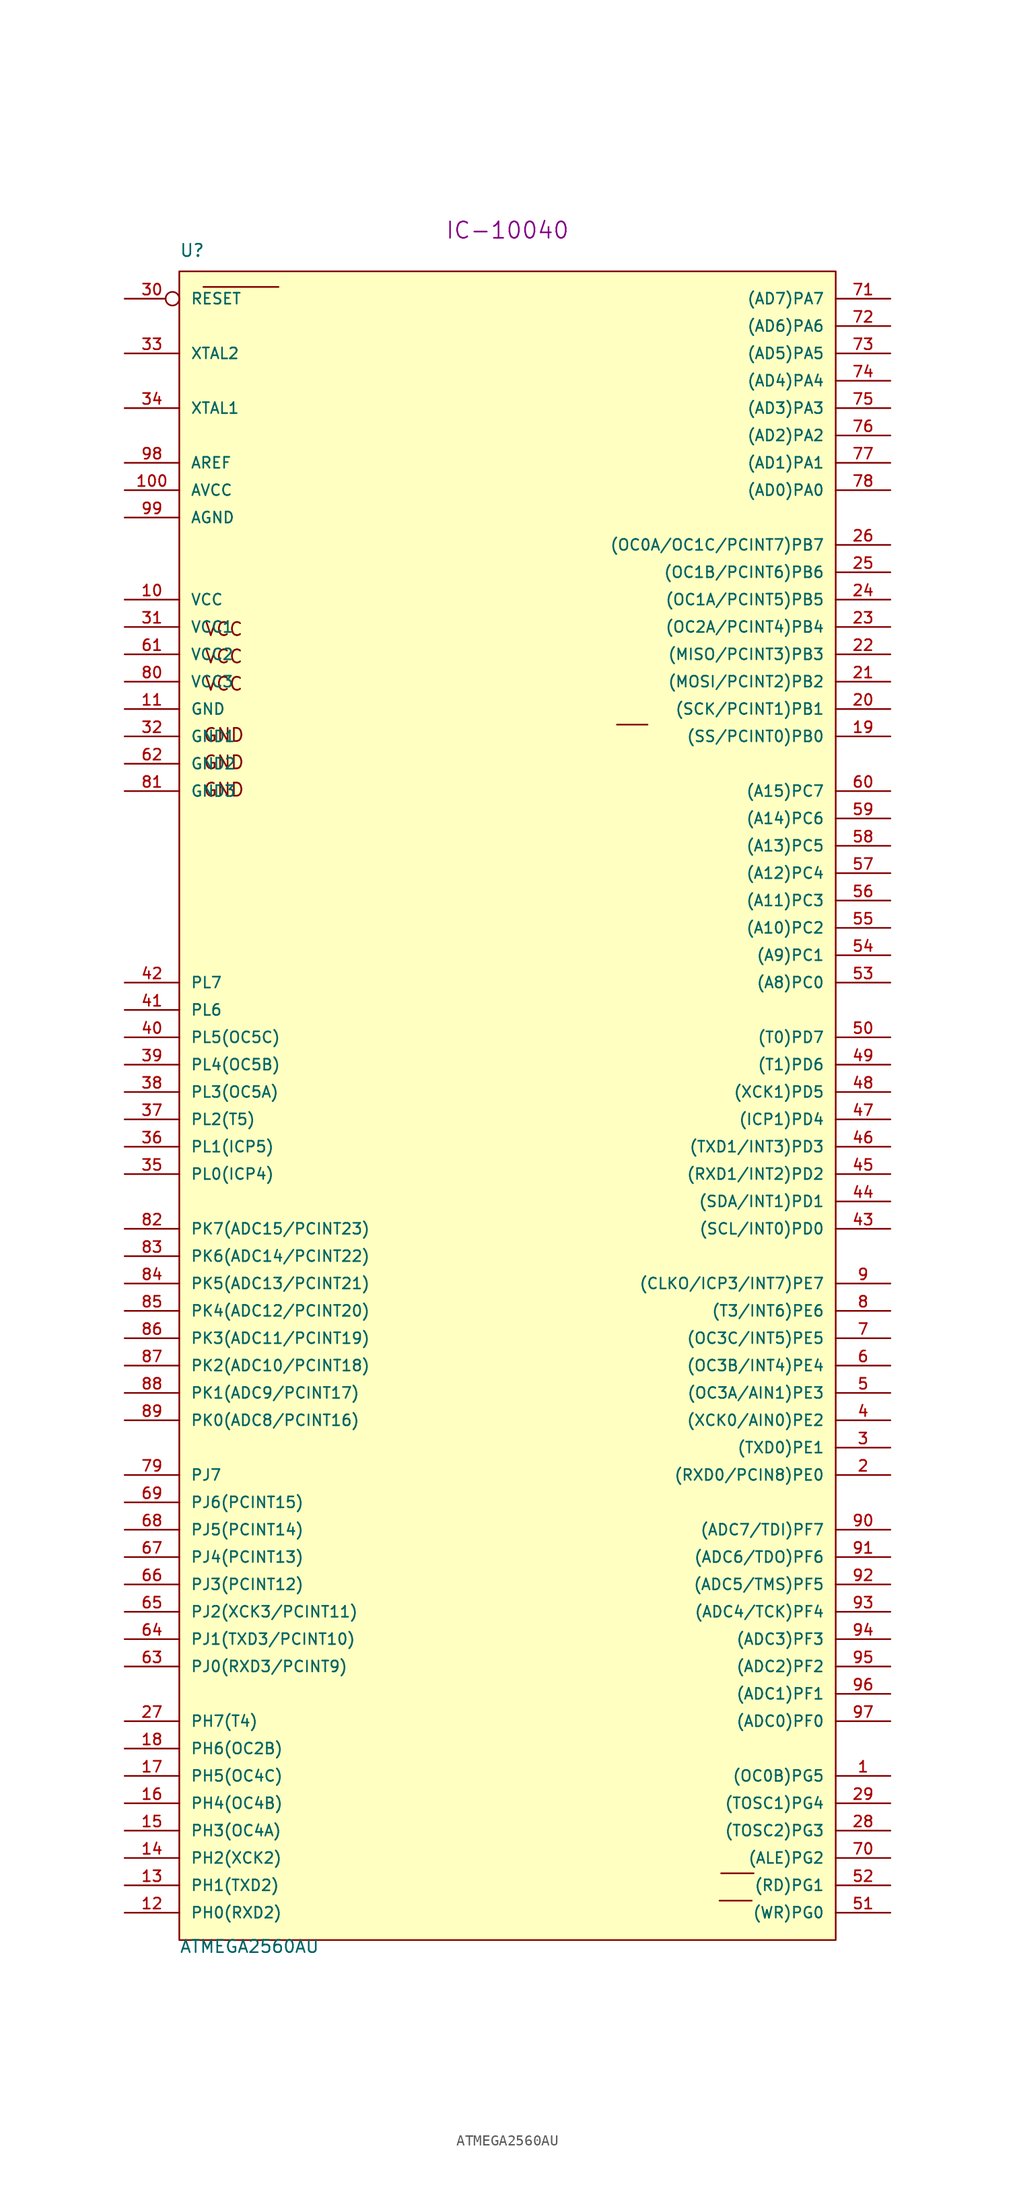
<source format=kicad_sym>
(kicad_symbol_lib
  (version 20220914)
  (generator kicad_symbol_editor)
  (symbol "ATMEGA2560AU"
    (pin_names
      (offset 1.016))
    (property "Reference" "U"
      (at -30.48 78.74 0)
      (effects (font (size 1.143 1.143)) (justify left bottom)))
    (property "Value" "ATMEGA2560AU"
      (at -30.48 -78.74 0)
      (effects (font (size 1.143 1.143)) (justify left bottom)))
    (property "Field4" "IC-10040"
      (at 0 81.28 0)
      (effects (font (size 1.524 1.524))))
    (property "ki_locked" ""
      (at 0 0 0)
      (effects (font (size 1.27 1.27))))
    (symbol "ATMEGA2560AU_1_0"
      (polyline (pts (xy -28.245 76.022) (xy -21.26 76.022)) (stroke (width 0) (type solid)) (fill (type none)))
      (polyline (pts (xy 10.16 35.382) (xy 13.005 35.382)) (stroke (width 0) (type solid)) (fill (type none)))
      (polyline (pts (xy 19.685 -73.812) (xy 22.682 -73.812)) (stroke (width 0) (type solid)) (fill (type none)))
      (polyline (pts (xy 19.837 -71.272) (xy 22.86 -71.272)) (stroke (width 0) (type solid)) (fill (type none)))
      (text "GND" (at -26.34 29.337 0) (effects (font (size 1.219 1.219))))
      (text "GND" (at -26.34 31.877 0) (effects (font (size 1.219 1.219))))
      (text "GND" (at -26.34 34.417 0) (effects (font (size 1.219 1.219))))
      (text "VCC" (at -26.34 39.167 0) (effects (font (size 1.219 1.219))))
      (text "VCC" (at -26.34 41.707 0) (effects (font (size 1.219 1.219))))
      (text "VCC" (at -26.34 44.247 0) (effects (font (size 1.219 1.219)))))
    (symbol "ATMEGA2560AU_1_1"
      (polyline (pts (xy -30.48 77.47) (xy 30.48 77.47) (xy 30.48 -77.47) (xy -30.48 -77.47) (xy -30.48 77.47)) (stroke (width 0) (type solid)) (fill (type background)))
      (pin bidirectional line (at 35.56 -62.23 180) (length 5.08) (name "(OC0B)PG5" (effects (font (size 1.016 1.016)))) (number "1" (effects (font (size 1.016 1.016)))))
      (pin power_in line (at -35.56 46.99 0) (length 5.08) (name "VCC" (effects (font (size 1.016 1.016)))) (number "10" (effects (font (size 1.016 1.016)))))
      (pin power_in line (at -35.56 57.15 0) (length 5.08) (name "AVCC" (effects (font (size 1.016 1.016)))) (number "100" (effects (font (size 1.016 1.016)))))
      (pin power_in line (at -35.56 36.83 0) (length 5.08) (name "GND" (effects (font (size 1.016 1.016)))) (number "11" (effects (font (size 1.016 1.016)))))
      (pin bidirectional line (at -35.56 -74.93 0) (length 5.08) (name "PH0(RXD2)" (effects (font (size 1.016 1.016)))) (number "12" (effects (font (size 1.016 1.016)))))
      (pin bidirectional line (at -35.56 -72.39 0) (length 5.08) (name "PH1(TXD2)" (effects (font (size 1.016 1.016)))) (number "13" (effects (font (size 1.016 1.016)))))
      (pin bidirectional line (at -35.56 -69.85 0) (length 5.08) (name "PH2(XCK2)" (effects (font (size 1.016 1.016)))) (number "14" (effects (font (size 1.016 1.016)))))
      (pin bidirectional line (at -35.56 -67.31 0) (length 5.08) (name "PH3(OC4A)" (effects (font (size 1.016 1.016)))) (number "15" (effects (font (size 1.016 1.016)))))
      (pin bidirectional line (at -35.56 -64.77 0) (length 5.08) (name "PH4(OC4B)" (effects (font (size 1.016 1.016)))) (number "16" (effects (font (size 1.016 1.016)))))
      (pin bidirectional line (at -35.56 -62.23 0) (length 5.08) (name "PH5(OC4C)" (effects (font (size 1.016 1.016)))) (number "17" (effects (font (size 1.016 1.016)))))
      (pin bidirectional line (at -35.56 -59.69 0) (length 5.08) (name "PH6(OC2B)" (effects (font (size 1.016 1.016)))) (number "18" (effects (font (size 1.016 1.016)))))
      (pin bidirectional line (at 35.56 34.29 180) (length 5.08) (name "(SS/PCINT0)PB0" (effects (font (size 1.016 1.016)))) (number "19" (effects (font (size 1.016 1.016)))))
      (pin bidirectional line (at 35.56 -34.29 180) (length 5.08) (name "(RXD0/PCIN8)PE0" (effects (font (size 1.016 1.016)))) (number "2" (effects (font (size 1.016 1.016)))))
      (pin bidirectional line (at 35.56 36.83 180) (length 5.08) (name "(SCK/PCINT1)PB1" (effects (font (size 1.016 1.016)))) (number "20" (effects (font (size 1.016 1.016)))))
      (pin bidirectional line (at 35.56 39.37 180) (length 5.08) (name "(MOSI/PCINT2)PB2" (effects (font (size 1.016 1.016)))) (number "21" (effects (font (size 1.016 1.016)))))
      (pin bidirectional line (at 35.56 41.91 180) (length 5.08) (name "(MISO/PCINT3)PB3" (effects (font (size 1.016 1.016)))) (number "22" (effects (font (size 1.016 1.016)))))
      (pin bidirectional line (at 35.56 44.45 180) (length 5.08) (name "(OC2A/PCINT4)PB4" (effects (font (size 1.016 1.016)))) (number "23" (effects (font (size 1.016 1.016)))))
      (pin bidirectional line (at 35.56 46.99 180) (length 5.08) (name "(OC1A/PCINT5)PB5" (effects (font (size 1.016 1.016)))) (number "24" (effects (font (size 1.016 1.016)))))
      (pin bidirectional line (at 35.56 49.53 180) (length 5.08) (name "(OC1B/PCINT6)PB6" (effects (font (size 1.016 1.016)))) (number "25" (effects (font (size 1.016 1.016)))))
      (pin bidirectional line (at 35.56 52.07 180) (length 5.08) (name "(OC0A/OC1C/PCINT7)PB7" (effects (font (size 1.016 1.016)))) (number "26" (effects (font (size 1.016 1.016)))))
      (pin bidirectional line (at -35.56 -57.15 0) (length 5.08) (name "PH7(T4)" (effects (font (size 1.016 1.016)))) (number "27" (effects (font (size 1.016 1.016)))))
      (pin bidirectional line (at 35.56 -67.31 180) (length 5.08) (name "(TOSC2)PG3" (effects (font (size 1.016 1.016)))) (number "28" (effects (font (size 1.016 1.016)))))
      (pin bidirectional line (at 35.56 -64.77 180) (length 5.08) (name "(TOSC1)PG4" (effects (font (size 1.016 1.016)))) (number "29" (effects (font (size 1.016 1.016)))))
      (pin bidirectional line (at 35.56 -31.75 180) (length 5.08) (name "(TXD0)PE1" (effects (font (size 1.016 1.016)))) (number "3" (effects (font (size 1.016 1.016)))))
      (pin input inverted (at -35.56 74.93 0) (length 5.08) (name "RESET" (effects (font (size 1.016 1.016)))) (number "30" (effects (font (size 1.016 1.016)))))
      (pin power_in line (at -35.56 44.45 0) (length 5.08) (name "VCC1" (effects (font (size 1.016 1.016)))) (number "31" (effects (font (size 1.016 1.016)))))
      (pin power_in line (at -35.56 34.29 0) (length 5.08) (name "GND1" (effects (font (size 1.016 1.016)))) (number "32" (effects (font (size 1.016 1.016)))))
      (pin output line (at -35.56 69.85 0) (length 5.08) (name "XTAL2" (effects (font (size 1.016 1.016)))) (number "33" (effects (font (size 1.016 1.016)))))
      (pin input line (at -35.56 64.77 0) (length 5.08) (name "XTAL1" (effects (font (size 1.016 1.016)))) (number "34" (effects (font (size 1.016 1.016)))))
      (pin bidirectional line (at -35.56 -6.35 0) (length 5.08) (name "PL0(ICP4)" (effects (font (size 1.016 1.016)))) (number "35" (effects (font (size 1.016 1.016)))))
      (pin bidirectional line (at -35.56 -3.81 0) (length 5.08) (name "PL1(ICP5)" (effects (font (size 1.016 1.016)))) (number "36" (effects (font (size 1.016 1.016)))))
      (pin bidirectional line (at -35.56 -1.27 0) (length 5.08) (name "PL2(T5)" (effects (font (size 1.016 1.016)))) (number "37" (effects (font (size 1.016 1.016)))))
      (pin bidirectional line (at -35.56 1.27 0) (length 5.08) (name "PL3(OC5A)" (effects (font (size 1.016 1.016)))) (number "38" (effects (font (size 1.016 1.016)))))
      (pin bidirectional line (at -35.56 3.81 0) (length 5.08) (name "PL4(OC5B)" (effects (font (size 1.016 1.016)))) (number "39" (effects (font (size 1.016 1.016)))))
      (pin bidirectional line (at 35.56 -29.21 180) (length 5.08) (name "(XCK0/AIN0)PE2" (effects (font (size 1.016 1.016)))) (number "4" (effects (font (size 1.016 1.016)))))
      (pin bidirectional line (at -35.56 6.35 0) (length 5.08) (name "PL5(OC5C)" (effects (font (size 1.016 1.016)))) (number "40" (effects (font (size 1.016 1.016)))))
      (pin bidirectional line (at -35.56 8.89 0) (length 5.08) (name "PL6" (effects (font (size 1.016 1.016)))) (number "41" (effects (font (size 1.016 1.016)))))
      (pin bidirectional line (at -35.56 11.43 0) (length 5.08) (name "PL7" (effects (font (size 1.016 1.016)))) (number "42" (effects (font (size 1.016 1.016)))))
      (pin bidirectional line (at 35.56 -11.43 180) (length 5.08) (name "(SCL/INT0)PD0" (effects (font (size 1.016 1.016)))) (number "43" (effects (font (size 1.016 1.016)))))
      (pin bidirectional line (at 35.56 -8.89 180) (length 5.08) (name "(SDA/INT1)PD1" (effects (font (size 1.016 1.016)))) (number "44" (effects (font (size 1.016 1.016)))))
      (pin bidirectional line (at 35.56 -6.35 180) (length 5.08) (name "(RXD1/INT2)PD2" (effects (font (size 1.016 1.016)))) (number "45" (effects (font (size 1.016 1.016)))))
      (pin bidirectional line (at 35.56 -3.81 180) (length 5.08) (name "(TXD1/INT3)PD3" (effects (font (size 1.016 1.016)))) (number "46" (effects (font (size 1.016 1.016)))))
      (pin bidirectional line (at 35.56 -1.27 180) (length 5.08) (name "(ICP1)PD4" (effects (font (size 1.016 1.016)))) (number "47" (effects (font (size 1.016 1.016)))))
      (pin bidirectional line (at 35.56 1.27 180) (length 5.08) (name "(XCK1)PD5" (effects (font (size 1.016 1.016)))) (number "48" (effects (font (size 1.016 1.016)))))
      (pin bidirectional line (at 35.56 3.81 180) (length 5.08) (name "(T1)PD6" (effects (font (size 1.016 1.016)))) (number "49" (effects (font (size 1.016 1.016)))))
      (pin bidirectional line (at 35.56 -26.67 180) (length 5.08) (name "(OC3A/AIN1)PE3" (effects (font (size 1.016 1.016)))) (number "5" (effects (font (size 1.016 1.016)))))
      (pin bidirectional line (at 35.56 6.35 180) (length 5.08) (name "(T0)PD7" (effects (font (size 1.016 1.016)))) (number "50" (effects (font (size 1.016 1.016)))))
      (pin bidirectional line (at 35.56 -74.93 180) (length 5.08) (name "(WR)PG0" (effects (font (size 1.016 1.016)))) (number "51" (effects (font (size 1.016 1.016)))))
      (pin bidirectional line (at 35.56 -72.39 180) (length 5.08) (name "(RD)PG1" (effects (font (size 1.016 1.016)))) (number "52" (effects (font (size 1.016 1.016)))))
      (pin bidirectional line (at 35.56 11.43 180) (length 5.08) (name "(A8)PC0" (effects (font (size 1.016 1.016)))) (number "53" (effects (font (size 1.016 1.016)))))
      (pin bidirectional line (at 35.56 13.97 180) (length 5.08) (name "(A9)PC1" (effects (font (size 1.016 1.016)))) (number "54" (effects (font (size 1.016 1.016)))))
      (pin bidirectional line (at 35.56 16.51 180) (length 5.08) (name "(A10)PC2" (effects (font (size 1.016 1.016)))) (number "55" (effects (font (size 1.016 1.016)))))
      (pin bidirectional line (at 35.56 19.05 180) (length 5.08) (name "(A11)PC3" (effects (font (size 1.016 1.016)))) (number "56" (effects (font (size 1.016 1.016)))))
      (pin bidirectional line (at 35.56 21.59 180) (length 5.08) (name "(A12)PC4" (effects (font (size 1.016 1.016)))) (number "57" (effects (font (size 1.016 1.016)))))
      (pin bidirectional line (at 35.56 24.13 180) (length 5.08) (name "(A13)PC5" (effects (font (size 1.016 1.016)))) (number "58" (effects (font (size 1.016 1.016)))))
      (pin bidirectional line (at 35.56 26.67 180) (length 5.08) (name "(A14)PC6" (effects (font (size 1.016 1.016)))) (number "59" (effects (font (size 1.016 1.016)))))
      (pin bidirectional line (at 35.56 -24.13 180) (length 5.08) (name "(OC3B/INT4)PE4" (effects (font (size 1.016 1.016)))) (number "6" (effects (font (size 1.016 1.016)))))
      (pin bidirectional line (at 35.56 29.21 180) (length 5.08) (name "(A15)PC7" (effects (font (size 1.016 1.016)))) (number "60" (effects (font (size 1.016 1.016)))))
      (pin power_in line (at -35.56 41.91 0) (length 5.08) (name "VCC2" (effects (font (size 1.016 1.016)))) (number "61" (effects (font (size 1.016 1.016)))))
      (pin power_in line (at -35.56 31.75 0) (length 5.08) (name "GND2" (effects (font (size 1.016 1.016)))) (number "62" (effects (font (size 1.016 1.016)))))
      (pin bidirectional line (at -35.56 -52.07 0) (length 5.08) (name "PJ0(RXD3/PCINT9)" (effects (font (size 1.016 1.016)))) (number "63" (effects (font (size 1.016 1.016)))))
      (pin bidirectional line (at -35.56 -49.53 0) (length 5.08) (name "PJ1(TXD3/PCINT10)" (effects (font (size 1.016 1.016)))) (number "64" (effects (font (size 1.016 1.016)))))
      (pin bidirectional line (at -35.56 -46.99 0) (length 5.08) (name "PJ2(XCK3/PCINT11)" (effects (font (size 1.016 1.016)))) (number "65" (effects (font (size 1.016 1.016)))))
      (pin bidirectional line (at -35.56 -44.45 0) (length 5.08) (name "PJ3(PCINT12)" (effects (font (size 1.016 1.016)))) (number "66" (effects (font (size 1.016 1.016)))))
      (pin bidirectional line (at -35.56 -41.91 0) (length 5.08) (name "PJ4(PCINT13)" (effects (font (size 1.016 1.016)))) (number "67" (effects (font (size 1.016 1.016)))))
      (pin bidirectional line (at -35.56 -39.37 0) (length 5.08) (name "PJ5(PCINT14)" (effects (font (size 1.016 1.016)))) (number "68" (effects (font (size 1.016 1.016)))))
      (pin bidirectional line (at -35.56 -36.83 0) (length 5.08) (name "PJ6(PCINT15)" (effects (font (size 1.016 1.016)))) (number "69" (effects (font (size 1.016 1.016)))))
      (pin bidirectional line (at 35.56 -21.59 180) (length 5.08) (name "(OC3C/INT5)PE5" (effects (font (size 1.016 1.016)))) (number "7" (effects (font (size 1.016 1.016)))))
      (pin bidirectional line (at 35.56 -69.85 180) (length 5.08) (name "(ALE)PG2" (effects (font (size 1.016 1.016)))) (number "70" (effects (font (size 1.016 1.016)))))
      (pin bidirectional line (at 35.56 74.93 180) (length 5.08) (name "(AD7)PA7" (effects (font (size 1.016 1.016)))) (number "71" (effects (font (size 1.016 1.016)))))
      (pin bidirectional line (at 35.56 72.39 180) (length 5.08) (name "(AD6)PA6" (effects (font (size 1.016 1.016)))) (number "72" (effects (font (size 1.016 1.016)))))
      (pin bidirectional line (at 35.56 69.85 180) (length 5.08) (name "(AD5)PA5" (effects (font (size 1.016 1.016)))) (number "73" (effects (font (size 1.016 1.016)))))
      (pin bidirectional line (at 35.56 67.31 180) (length 5.08) (name "(AD4)PA4" (effects (font (size 1.016 1.016)))) (number "74" (effects (font (size 1.016 1.016)))))
      (pin bidirectional line (at 35.56 64.77 180) (length 5.08) (name "(AD3)PA3" (effects (font (size 1.016 1.016)))) (number "75" (effects (font (size 1.016 1.016)))))
      (pin bidirectional line (at 35.56 62.23 180) (length 5.08) (name "(AD2)PA2" (effects (font (size 1.016 1.016)))) (number "76" (effects (font (size 1.016 1.016)))))
      (pin bidirectional line (at 35.56 59.69 180) (length 5.08) (name "(AD1)PA1" (effects (font (size 1.016 1.016)))) (number "77" (effects (font (size 1.016 1.016)))))
      (pin bidirectional line (at 35.56 57.15 180) (length 5.08) (name "(AD0)PA0" (effects (font (size 1.016 1.016)))) (number "78" (effects (font (size 1.016 1.016)))))
      (pin bidirectional line (at -35.56 -34.29 0) (length 5.08) (name "PJ7" (effects (font (size 1.016 1.016)))) (number "79" (effects (font (size 1.016 1.016)))))
      (pin bidirectional line (at 35.56 -19.05 180) (length 5.08) (name "(T3/INT6)PE6" (effects (font (size 1.016 1.016)))) (number "8" (effects (font (size 1.016 1.016)))))
      (pin power_in line (at -35.56 39.37 0) (length 5.08) (name "VCC3" (effects (font (size 1.016 1.016)))) (number "80" (effects (font (size 1.016 1.016)))))
      (pin power_in line (at -35.56 29.21 0) (length 5.08) (name "GND3" (effects (font (size 1.016 1.016)))) (number "81" (effects (font (size 1.016 1.016)))))
      (pin bidirectional line (at -35.56 -11.43 0) (length 5.08) (name "PK7(ADC15/PCINT23)" (effects (font (size 1.016 1.016)))) (number "82" (effects (font (size 1.016 1.016)))))
      (pin bidirectional line (at -35.56 -13.97 0) (length 5.08) (name "PK6(ADC14/PCINT22)" (effects (font (size 1.016 1.016)))) (number "83" (effects (font (size 1.016 1.016)))))
      (pin bidirectional line (at -35.56 -16.51 0) (length 5.08) (name "PK5(ADC13/PCINT21)" (effects (font (size 1.016 1.016)))) (number "84" (effects (font (size 1.016 1.016)))))
      (pin bidirectional line (at -35.56 -19.05 0) (length 5.08) (name "PK4(ADC12/PCINT20)" (effects (font (size 1.016 1.016)))) (number "85" (effects (font (size 1.016 1.016)))))
      (pin bidirectional line (at -35.56 -21.59 0) (length 5.08) (name "PK3(ADC11/PCINT19)" (effects (font (size 1.016 1.016)))) (number "86" (effects (font (size 1.016 1.016)))))
      (pin bidirectional line (at -35.56 -24.13 0) (length 5.08) (name "PK2(ADC10/PCINT18)" (effects (font (size 1.016 1.016)))) (number "87" (effects (font (size 1.016 1.016)))))
      (pin bidirectional line (at -35.56 -26.67 0) (length 5.08) (name "PK1(ADC9/PCINT17)" (effects (font (size 1.016 1.016)))) (number "88" (effects (font (size 1.016 1.016)))))
      (pin bidirectional line (at -35.56 -29.21 0) (length 5.08) (name "PK0(ADC8/PCINT16)" (effects (font (size 1.016 1.016)))) (number "89" (effects (font (size 1.016 1.016)))))
      (pin bidirectional line (at 35.56 -16.51 180) (length 5.08) (name "(CLKO/ICP3/INT7)PE7" (effects (font (size 1.016 1.016)))) (number "9" (effects (font (size 1.016 1.016)))))
      (pin bidirectional line (at 35.56 -39.37 180) (length 5.08) (name "(ADC7/TDI)PF7" (effects (font (size 1.016 1.016)))) (number "90" (effects (font (size 1.016 1.016)))))
      (pin bidirectional line (at 35.56 -41.91 180) (length 5.08) (name "(ADC6/TDO)PF6" (effects (font (size 1.016 1.016)))) (number "91" (effects (font (size 1.016 1.016)))))
      (pin bidirectional line (at 35.56 -44.45 180) (length 5.08) (name "(ADC5/TMS)PF5" (effects (font (size 1.016 1.016)))) (number "92" (effects (font (size 1.016 1.016)))))
      (pin bidirectional line (at 35.56 -46.99 180) (length 5.08) (name "(ADC4/TCK)PF4" (effects (font (size 1.016 1.016)))) (number "93" (effects (font (size 1.016 1.016)))))
      (pin bidirectional line (at 35.56 -49.53 180) (length 5.08) (name "(ADC3)PF3" (effects (font (size 1.016 1.016)))) (number "94" (effects (font (size 1.016 1.016)))))
      (pin bidirectional line (at 35.56 -52.07 180) (length 5.08) (name "(ADC2)PF2" (effects (font (size 1.016 1.016)))) (number "95" (effects (font (size 1.016 1.016)))))
      (pin bidirectional line (at 35.56 -54.61 180) (length 5.08) (name "(ADC1)PF1" (effects (font (size 1.016 1.016)))) (number "96" (effects (font (size 1.016 1.016)))))
      (pin bidirectional line (at 35.56 -57.15 180) (length 5.08) (name "(ADC0)PF0" (effects (font (size 1.016 1.016)))) (number "97" (effects (font (size 1.016 1.016)))))
      (pin bidirectional line (at -35.56 59.69 0) (length 5.08) (name "AREF" (effects (font (size 1.016 1.016)))) (number "98" (effects (font (size 1.016 1.016)))))
      (pin power_in line (at -35.56 54.61 0) (length 5.08) (name "AGND" (effects (font (size 1.016 1.016)))) (number "99" (effects (font (size 1.016 1.016))))))))
</source>
